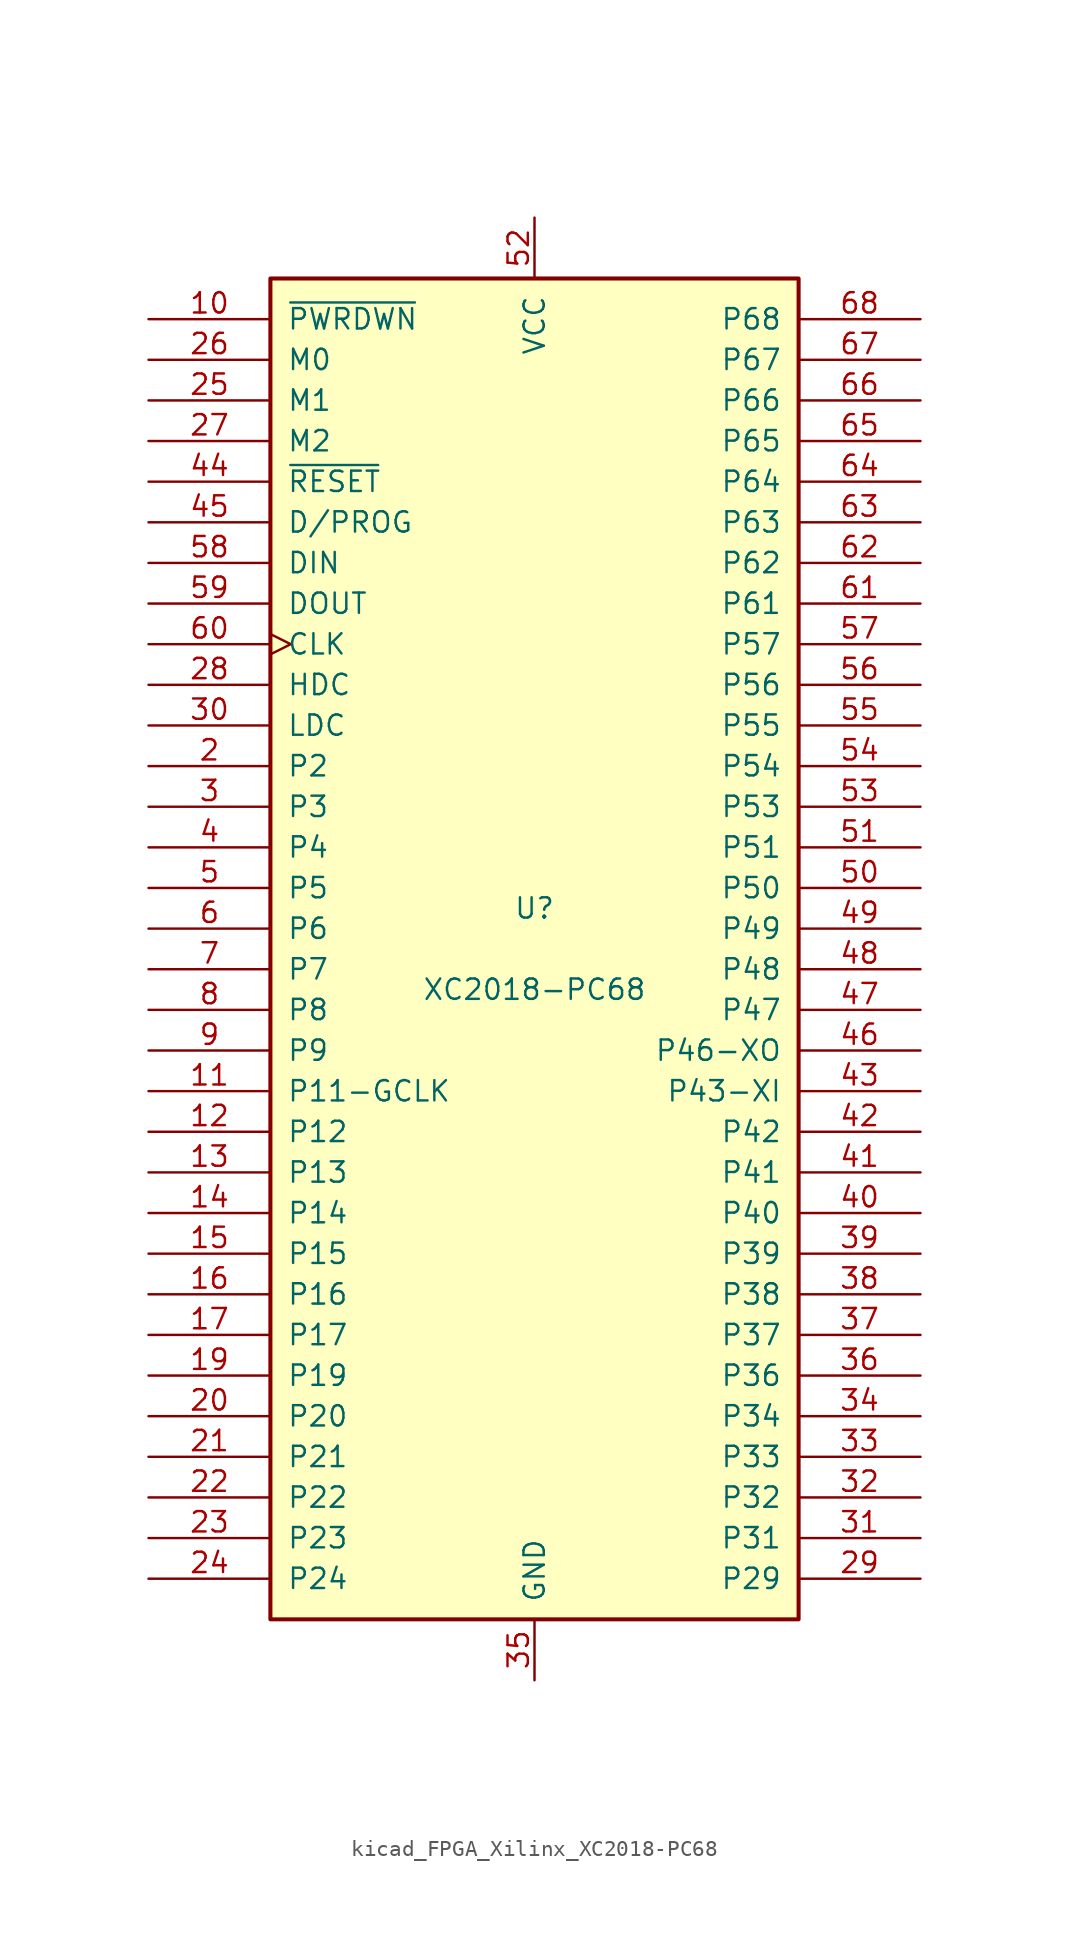
<source format=kicad_sym>
(kicad_symbol_lib
  (version 20220914)
  (generator kicad_symbol_editor)
  (symbol "kicad_FPGA_Xilinx_XC2018-PC68"
    (pin_names
      (offset 1.016))
    (property "Reference" "U"
      (at 0 2.54 0)
      (effects (font (size 1.27 1.27))))
    (property "Value" "XC2018-PC68"
      (at 0 -2.54 0)
      (effects (font (size 1.27 1.27))))
    (symbol "kicad_FPGA_Xilinx_XC2018-PC68_0_1"
      (rectangle (start -16.51 -41.91) (end 16.51 41.91) (stroke (width 0.254) (type default)) (fill (type background))))
    (symbol "kicad_FPGA_Xilinx_XC2018-PC68_1_1"
      (pin passive line (at 0 -45.72 90) (length 3.81) hide (name "GND" (effects (font (size 1.27 1.27)))) (number "1" (effects (font (size 1.27 1.27)))))
      (pin input line (at -24.13 39.37 0) (length 7.62) (name "~{PWRDWN}" (effects (font (size 1.27 1.27)))) (number "10" (effects (font (size 1.27 1.27)))))
      (pin passive line (at -24.13 -8.89 0) (length 7.62) (name "P11-GCLK" (effects (font (size 1.27 1.27)))) (number "11" (effects (font (size 1.27 1.27)))))
      (pin passive line (at -24.13 -11.43 0) (length 7.62) (name "P12" (effects (font (size 1.27 1.27)))) (number "12" (effects (font (size 1.27 1.27)))))
      (pin passive line (at -24.13 -13.97 0) (length 7.62) (name "P13" (effects (font (size 1.27 1.27)))) (number "13" (effects (font (size 1.27 1.27)))))
      (pin passive line (at -24.13 -16.51 0) (length 7.62) (name "P14" (effects (font (size 1.27 1.27)))) (number "14" (effects (font (size 1.27 1.27)))))
      (pin passive line (at -24.13 -19.05 0) (length 7.62) (name "P15" (effects (font (size 1.27 1.27)))) (number "15" (effects (font (size 1.27 1.27)))))
      (pin passive line (at -24.13 -21.59 0) (length 7.62) (name "P16" (effects (font (size 1.27 1.27)))) (number "16" (effects (font (size 1.27 1.27)))))
      (pin passive line (at -24.13 -24.13 0) (length 7.62) (name "P17" (effects (font (size 1.27 1.27)))) (number "17" (effects (font (size 1.27 1.27)))))
      (pin passive line (at 0 45.72 270) (length 3.81) hide (name "VCC" (effects (font (size 1.27 1.27)))) (number "18" (effects (font (size 1.27 1.27)))))
      (pin passive line (at -24.13 -26.67 0) (length 7.62) (name "P19" (effects (font (size 1.27 1.27)))) (number "19" (effects (font (size 1.27 1.27)))))
      (pin passive line (at -24.13 11.43 0) (length 7.62) (name "P2" (effects (font (size 1.27 1.27)))) (number "2" (effects (font (size 1.27 1.27)))))
      (pin passive line (at -24.13 -29.21 0) (length 7.62) (name "P20" (effects (font (size 1.27 1.27)))) (number "20" (effects (font (size 1.27 1.27)))))
      (pin passive line (at -24.13 -31.75 0) (length 7.62) (name "P21" (effects (font (size 1.27 1.27)))) (number "21" (effects (font (size 1.27 1.27)))))
      (pin passive line (at -24.13 -34.29 0) (length 7.62) (name "P22" (effects (font (size 1.27 1.27)))) (number "22" (effects (font (size 1.27 1.27)))))
      (pin passive line (at -24.13 -36.83 0) (length 7.62) (name "P23" (effects (font (size 1.27 1.27)))) (number "23" (effects (font (size 1.27 1.27)))))
      (pin passive line (at -24.13 -39.37 0) (length 7.62) (name "P24" (effects (font (size 1.27 1.27)))) (number "24" (effects (font (size 1.27 1.27)))))
      (pin input line (at -24.13 34.29 0) (length 7.62) (name "M1" (effects (font (size 1.27 1.27)))) (number "25" (effects (font (size 1.27 1.27)))))
      (pin input line (at -24.13 36.83 0) (length 7.62) (name "M0" (effects (font (size 1.27 1.27)))) (number "26" (effects (font (size 1.27 1.27)))))
      (pin bidirectional line (at -24.13 31.75 0) (length 7.62) (name "M2" (effects (font (size 1.27 1.27)))) (number "27" (effects (font (size 1.27 1.27)))))
      (pin output line (at -24.13 16.51 0) (length 7.62) (name "HDC" (effects (font (size 1.27 1.27)))) (number "28" (effects (font (size 1.27 1.27)))))
      (pin passive line (at 24.13 -39.37 180) (length 7.62) (name "P29" (effects (font (size 1.27 1.27)))) (number "29" (effects (font (size 1.27 1.27)))))
      (pin passive line (at -24.13 8.89 0) (length 7.62) (name "P3" (effects (font (size 1.27 1.27)))) (number "3" (effects (font (size 1.27 1.27)))))
      (pin output line (at -24.13 13.97 0) (length 7.62) (name "LDC" (effects (font (size 1.27 1.27)))) (number "30" (effects (font (size 1.27 1.27)))))
      (pin passive line (at 24.13 -36.83 180) (length 7.62) (name "P31" (effects (font (size 1.27 1.27)))) (number "31" (effects (font (size 1.27 1.27)))))
      (pin passive line (at 24.13 -34.29 180) (length 7.62) (name "P32" (effects (font (size 1.27 1.27)))) (number "32" (effects (font (size 1.27 1.27)))))
      (pin passive line (at 24.13 -31.75 180) (length 7.62) (name "P33" (effects (font (size 1.27 1.27)))) (number "33" (effects (font (size 1.27 1.27)))))
      (pin passive line (at 24.13 -29.21 180) (length 7.62) (name "P34" (effects (font (size 1.27 1.27)))) (number "34" (effects (font (size 1.27 1.27)))))
      (pin power_in line (at 0 -45.72 90) (length 3.81) (name "GND" (effects (font (size 1.27 1.27)))) (number "35" (effects (font (size 1.27 1.27)))))
      (pin passive line (at 24.13 -26.67 180) (length 7.62) (name "P36" (effects (font (size 1.27 1.27)))) (number "36" (effects (font (size 1.27 1.27)))))
      (pin passive line (at 24.13 -24.13 180) (length 7.62) (name "P37" (effects (font (size 1.27 1.27)))) (number "37" (effects (font (size 1.27 1.27)))))
      (pin passive line (at 24.13 -21.59 180) (length 7.62) (name "P38" (effects (font (size 1.27 1.27)))) (number "38" (effects (font (size 1.27 1.27)))))
      (pin passive line (at 24.13 -19.05 180) (length 7.62) (name "P39" (effects (font (size 1.27 1.27)))) (number "39" (effects (font (size 1.27 1.27)))))
      (pin passive line (at -24.13 6.35 0) (length 7.62) (name "P4" (effects (font (size 1.27 1.27)))) (number "4" (effects (font (size 1.27 1.27)))))
      (pin passive line (at 24.13 -16.51 180) (length 7.62) (name "P40" (effects (font (size 1.27 1.27)))) (number "40" (effects (font (size 1.27 1.27)))))
      (pin passive line (at 24.13 -13.97 180) (length 7.62) (name "P41" (effects (font (size 1.27 1.27)))) (number "41" (effects (font (size 1.27 1.27)))))
      (pin passive line (at 24.13 -11.43 180) (length 7.62) (name "P42" (effects (font (size 1.27 1.27)))) (number "42" (effects (font (size 1.27 1.27)))))
      (pin passive line (at 24.13 -8.89 180) (length 7.62) (name "P43-XI" (effects (font (size 1.27 1.27)))) (number "43" (effects (font (size 1.27 1.27)))))
      (pin input line (at -24.13 29.21 0) (length 7.62) (name "~{RESET}" (effects (font (size 1.27 1.27)))) (number "44" (effects (font (size 1.27 1.27)))))
      (pin bidirectional line (at -24.13 26.67 0) (length 7.62) (name "D/PROG" (effects (font (size 1.27 1.27)))) (number "45" (effects (font (size 1.27 1.27)))))
      (pin passive line (at 24.13 -6.35 180) (length 7.62) (name "P46-XO" (effects (font (size 1.27 1.27)))) (number "46" (effects (font (size 1.27 1.27)))))
      (pin passive line (at 24.13 -3.81 180) (length 7.62) (name "P47" (effects (font (size 1.27 1.27)))) (number "47" (effects (font (size 1.27 1.27)))))
      (pin passive line (at 24.13 -1.27 180) (length 7.62) (name "P48" (effects (font (size 1.27 1.27)))) (number "48" (effects (font (size 1.27 1.27)))))
      (pin passive line (at 24.13 1.27 180) (length 7.62) (name "P49" (effects (font (size 1.27 1.27)))) (number "49" (effects (font (size 1.27 1.27)))))
      (pin passive line (at -24.13 3.81 0) (length 7.62) (name "P5" (effects (font (size 1.27 1.27)))) (number "5" (effects (font (size 1.27 1.27)))))
      (pin passive line (at 24.13 3.81 180) (length 7.62) (name "P50" (effects (font (size 1.27 1.27)))) (number "50" (effects (font (size 1.27 1.27)))))
      (pin passive line (at 24.13 6.35 180) (length 7.62) (name "P51" (effects (font (size 1.27 1.27)))) (number "51" (effects (font (size 1.27 1.27)))))
      (pin power_in line (at 0 45.72 270) (length 3.81) (name "VCC" (effects (font (size 1.27 1.27)))) (number "52" (effects (font (size 1.27 1.27)))))
      (pin passive line (at 24.13 8.89 180) (length 7.62) (name "P53" (effects (font (size 1.27 1.27)))) (number "53" (effects (font (size 1.27 1.27)))))
      (pin passive line (at 24.13 11.43 180) (length 7.62) (name "P54" (effects (font (size 1.27 1.27)))) (number "54" (effects (font (size 1.27 1.27)))))
      (pin passive line (at 24.13 13.97 180) (length 7.62) (name "P55" (effects (font (size 1.27 1.27)))) (number "55" (effects (font (size 1.27 1.27)))))
      (pin passive line (at 24.13 16.51 180) (length 7.62) (name "P56" (effects (font (size 1.27 1.27)))) (number "56" (effects (font (size 1.27 1.27)))))
      (pin passive line (at 24.13 19.05 180) (length 7.62) (name "P57" (effects (font (size 1.27 1.27)))) (number "57" (effects (font (size 1.27 1.27)))))
      (pin bidirectional line (at -24.13 24.13 0) (length 7.62) (name "DIN" (effects (font (size 1.27 1.27)))) (number "58" (effects (font (size 1.27 1.27)))))
      (pin bidirectional line (at -24.13 21.59 0) (length 7.62) (name "DOUT" (effects (font (size 1.27 1.27)))) (number "59" (effects (font (size 1.27 1.27)))))
      (pin passive line (at -24.13 1.27 0) (length 7.62) (name "P6" (effects (font (size 1.27 1.27)))) (number "6" (effects (font (size 1.27 1.27)))))
      (pin input clock (at -24.13 19.05 0) (length 7.62) (name "CLK" (effects (font (size 1.27 1.27)))) (number "60" (effects (font (size 1.27 1.27)))))
      (pin passive line (at 24.13 21.59 180) (length 7.62) (name "P61" (effects (font (size 1.27 1.27)))) (number "61" (effects (font (size 1.27 1.27)))))
      (pin passive line (at 24.13 24.13 180) (length 7.62) (name "P62" (effects (font (size 1.27 1.27)))) (number "62" (effects (font (size 1.27 1.27)))))
      (pin passive line (at 24.13 26.67 180) (length 7.62) (name "P63" (effects (font (size 1.27 1.27)))) (number "63" (effects (font (size 1.27 1.27)))))
      (pin passive line (at 24.13 29.21 180) (length 7.62) (name "P64" (effects (font (size 1.27 1.27)))) (number "64" (effects (font (size 1.27 1.27)))))
      (pin passive line (at 24.13 31.75 180) (length 7.62) (name "P65" (effects (font (size 1.27 1.27)))) (number "65" (effects (font (size 1.27 1.27)))))
      (pin passive line (at 24.13 34.29 180) (length 7.62) (name "P66" (effects (font (size 1.27 1.27)))) (number "66" (effects (font (size 1.27 1.27)))))
      (pin passive line (at 24.13 36.83 180) (length 7.62) (name "P67" (effects (font (size 1.27 1.27)))) (number "67" (effects (font (size 1.27 1.27)))))
      (pin passive line (at 24.13 39.37 180) (length 7.62) (name "P68" (effects (font (size 1.27 1.27)))) (number "68" (effects (font (size 1.27 1.27)))))
      (pin passive line (at -24.13 -1.27 0) (length 7.62) (name "P7" (effects (font (size 1.27 1.27)))) (number "7" (effects (font (size 1.27 1.27)))))
      (pin passive line (at -24.13 -3.81 0) (length 7.62) (name "P8" (effects (font (size 1.27 1.27)))) (number "8" (effects (font (size 1.27 1.27)))))
      (pin passive line (at -24.13 -6.35 0) (length 7.62) (name "P9" (effects (font (size 1.27 1.27)))) (number "9" (effects (font (size 1.27 1.27))))))))
</source>
